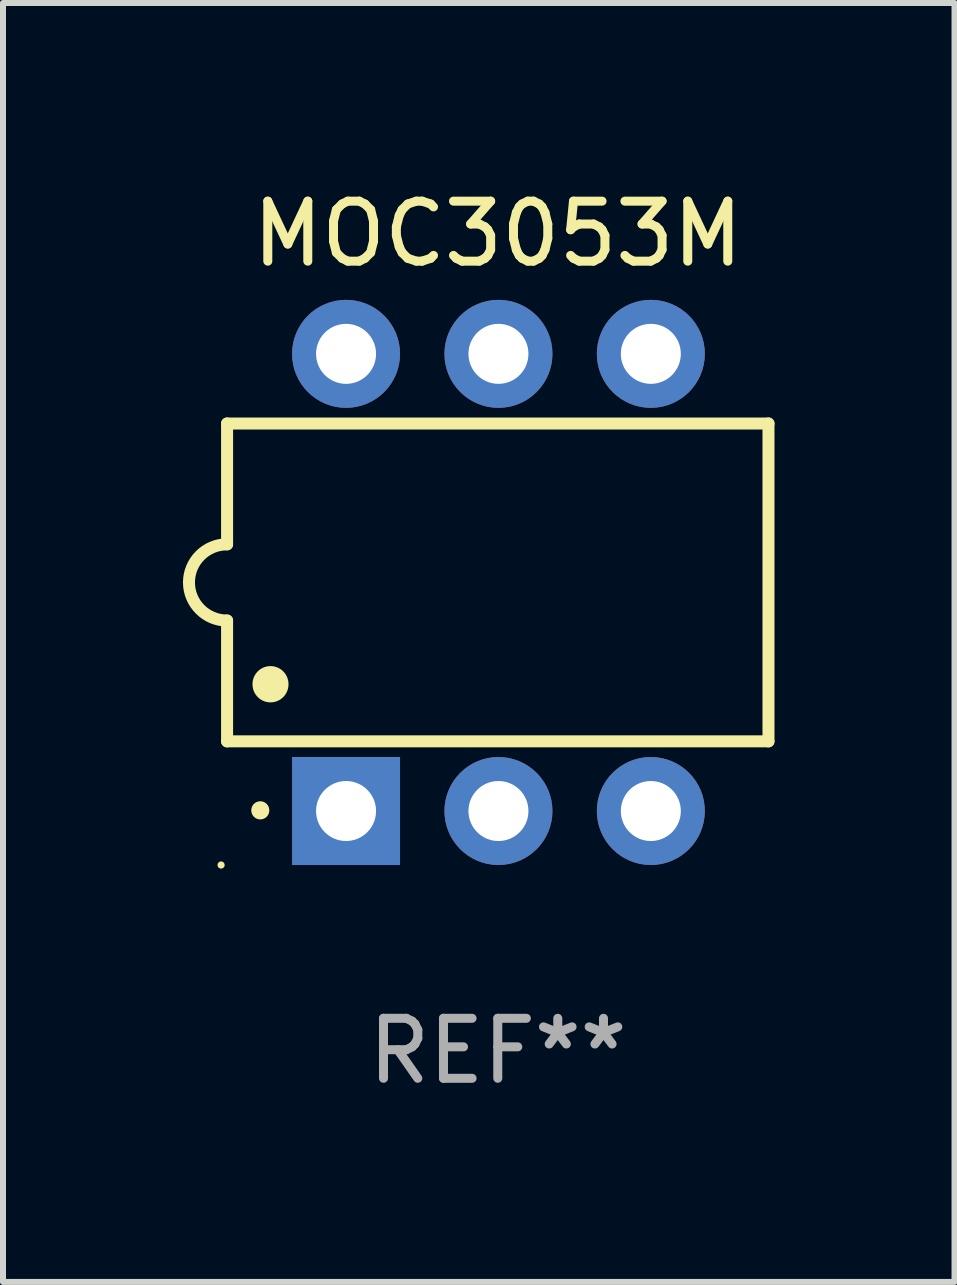
<source format=kicad_pcb>
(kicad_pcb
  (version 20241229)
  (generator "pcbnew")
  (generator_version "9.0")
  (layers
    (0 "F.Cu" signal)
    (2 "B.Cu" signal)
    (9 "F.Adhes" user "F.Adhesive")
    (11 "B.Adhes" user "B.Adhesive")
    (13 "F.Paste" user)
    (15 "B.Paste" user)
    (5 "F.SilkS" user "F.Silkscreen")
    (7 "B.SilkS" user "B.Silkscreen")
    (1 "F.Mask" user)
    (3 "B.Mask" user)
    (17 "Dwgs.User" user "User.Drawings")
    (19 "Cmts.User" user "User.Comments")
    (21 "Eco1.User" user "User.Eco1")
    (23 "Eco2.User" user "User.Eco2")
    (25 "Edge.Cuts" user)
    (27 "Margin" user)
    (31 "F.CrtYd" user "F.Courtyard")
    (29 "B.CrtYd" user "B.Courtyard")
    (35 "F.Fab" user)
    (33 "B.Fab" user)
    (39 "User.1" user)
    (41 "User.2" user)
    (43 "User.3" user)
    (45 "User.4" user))
  (footprint "MOC3053M"
    (layer "F.Cu")
    (at 5.247 6.658)
    (property "Reference" "MOC3053M" (at 0 -5.81 0) (layer "F.SilkS") (effects (font (size 1 1) (thickness 0.15))))
    (attr through_hole)
    (fp_line (start -4.512 -2.649) (end 4.512 -2.649) (stroke (width 0.2) (type solid)) (layer "F.SilkS"))
    (fp_line (start -4.512 -0.635) (end -4.512 -2.649) (stroke (width 0.2) (type solid)) (layer "F.SilkS"))
    (fp_line (start -4.512 2.649) (end -4.512 0.635) (stroke (width 0.2) (type solid)) (layer "F.SilkS"))
    (fp_line (start 4.512 -2.649) (end 4.512 2.649) (stroke (width 0.2) (type solid)) (layer "F.SilkS"))
    (fp_line (start 4.512 2.649) (end -4.512 2.649) (stroke (width 0.2) (type solid)) (layer "F.SilkS"))
    (fp_arc (start -4.512319 0.635001) (mid -5.14732 0) (end -4.512319 -0.635001) (stroke (width 0.2) (type solid)) (layer "F.SilkS"))
    (fp_arc (start -3.958598 3.799848) (mid -3.958603 3.798578) (end -3.958598 3.797308) (stroke (width 0.3) (type solid)) (layer "F.SilkS"))
    (fp_arc (start -3.788418 1.699263) (mid -3.788429 1.696723) (end -3.788418 1.694183) (stroke (width 0.6) (type solid)) (layer "F.SilkS"))
    (fp_circle (center -4.612 4.71) (end -4.582 4.71) (stroke (width 0.06) (type solid)) (fill no) (layer "F.SilkS"))
    (fp_text user "REF**" (at 0 7.81 0) (layer "F.Fab") (effects (font (size 1 1) (thickness 0.15))))
    (pad "1" thru_hole rect (at -2.529 3.81 90) (size 1.8 1.8) (drill 1) (layers "*.Cu" "*.Mask"))
    (pad "2" thru_hole circle (at 0.011 3.81) (size 1.8 1.8) (drill 1) (layers "*.Cu" "*.Mask"))
    (pad "3" thru_hole circle (at 2.551 3.81) (size 1.8 1.8) (drill 1) (layers "*.Cu" "*.Mask"))
    (pad "4" thru_hole circle (at 2.551 -3.81) (size 1.8 1.8) (drill 1) (layers "*.Cu" "*.Mask"))
    (pad "5" thru_hole circle (at 0.011 -3.81) (size 1.8 1.8) (drill 1) (layers "*.Cu" "*.Mask"))
    (pad "6" thru_hole circle (at -2.529 -3.81) (size 1.8 1.8) (drill 1) (layers "*.Cu" "*.Mask")))
  (gr_rect
    (start -3 -3)
    (end 12.86 18.317)
    (stroke (width 0.1) (type default))
    (fill no)
    (layer "Edge.Cuts")))
</source>
